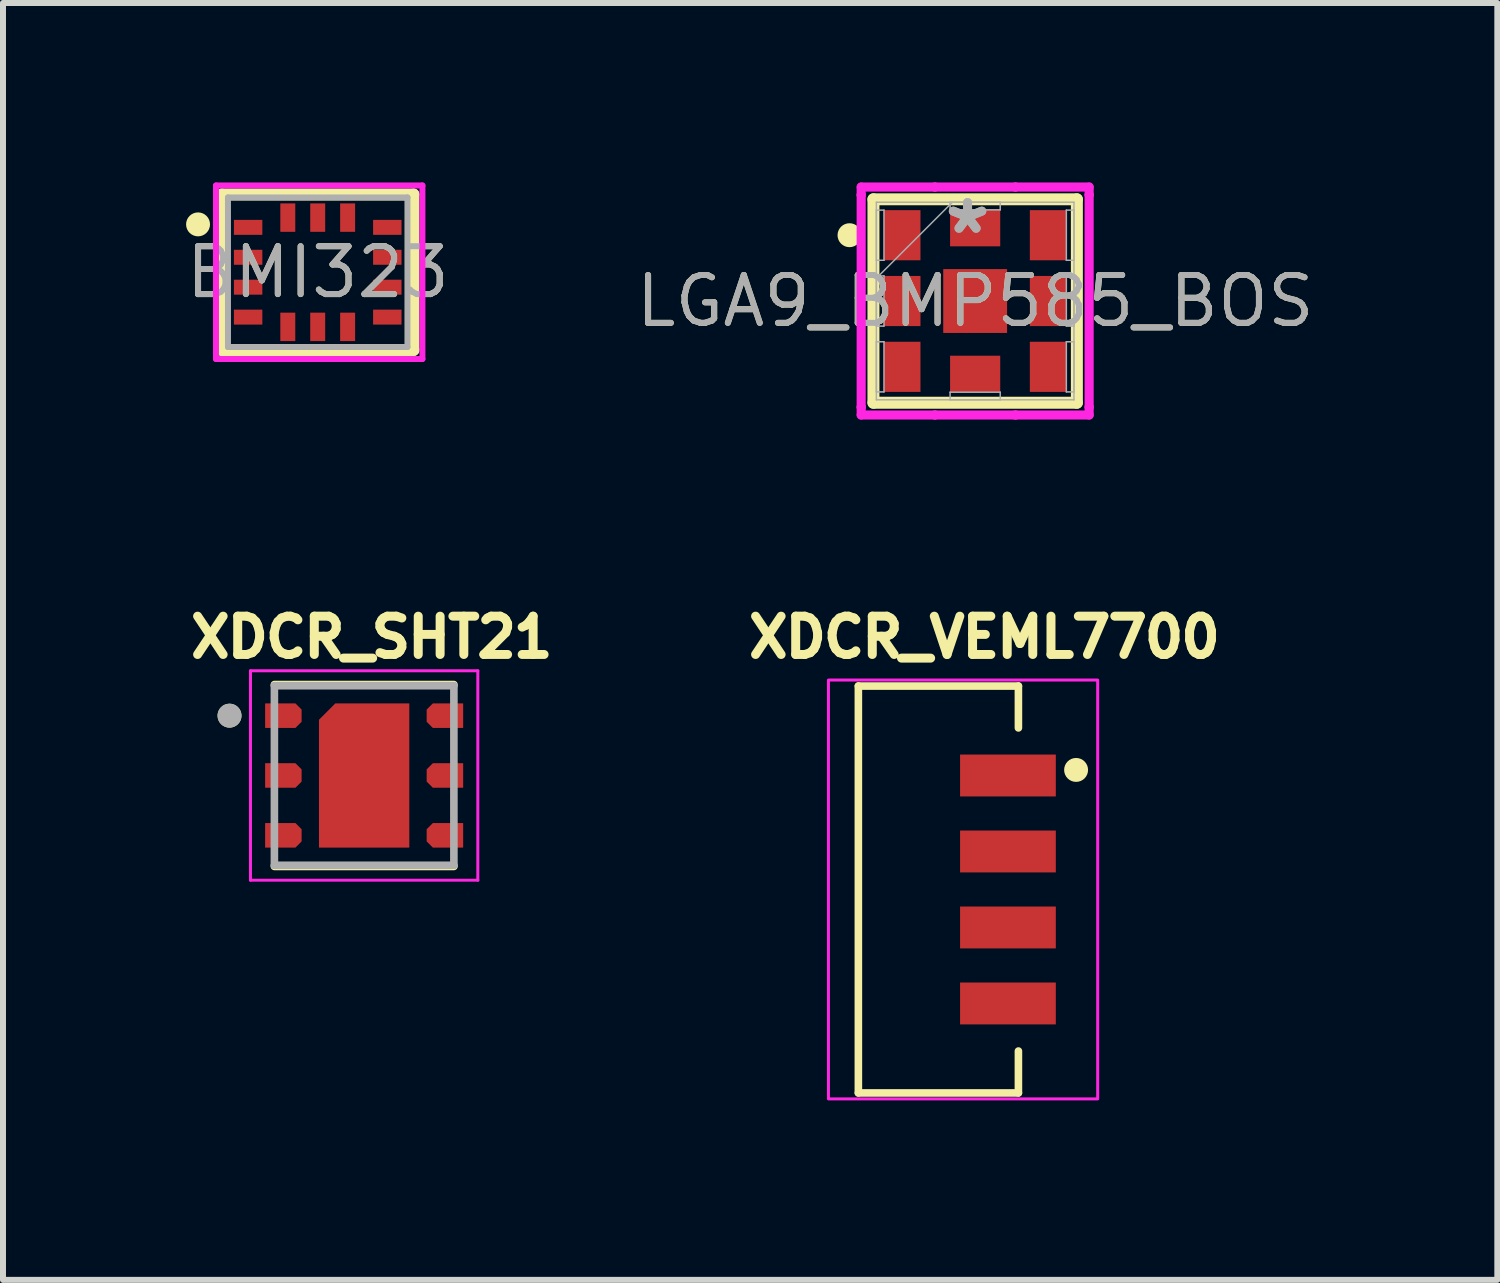
<source format=kicad_pcb>
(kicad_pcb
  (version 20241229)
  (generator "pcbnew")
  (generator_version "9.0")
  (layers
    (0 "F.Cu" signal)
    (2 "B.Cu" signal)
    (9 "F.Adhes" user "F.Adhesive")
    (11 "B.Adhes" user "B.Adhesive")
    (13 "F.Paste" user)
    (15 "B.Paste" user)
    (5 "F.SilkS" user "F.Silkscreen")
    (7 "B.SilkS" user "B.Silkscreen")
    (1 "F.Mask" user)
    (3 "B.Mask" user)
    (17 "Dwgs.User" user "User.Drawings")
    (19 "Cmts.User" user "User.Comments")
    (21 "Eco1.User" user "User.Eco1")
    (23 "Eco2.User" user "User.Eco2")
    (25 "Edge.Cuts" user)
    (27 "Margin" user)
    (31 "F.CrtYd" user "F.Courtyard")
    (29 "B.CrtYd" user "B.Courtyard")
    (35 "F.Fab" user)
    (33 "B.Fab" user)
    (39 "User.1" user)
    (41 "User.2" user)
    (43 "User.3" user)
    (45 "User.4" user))
  (footprint "XDCR_VEML7700"
    (layer "F.Cu")
    (at 12.796 11.816)
    (property "Reference" "XDCR_VEML7700" (at 0.607 -4.216 0) (layer "F.SilkS") (effects (font (size 0.64 0.64) (thickness 0.15))))
    (attr smd)
    (fp_line (start -1.5 -3.4) (end -1.5 3.4) (stroke (width 0.127) (type solid)) (layer "F.SilkS"))
    (fp_line (start -1.5 3.4) (end 1.175 3.4) (stroke (width 0.127) (type solid)) (layer "F.SilkS"))
    (fp_line (start 1.175 -3.4) (end -1.5 -3.4) (stroke (width 0.127) (type solid)) (layer "F.SilkS"))
    (fp_line (start 1.175 -3.4) (end 1.175 -2.7) (stroke (width 0.127) (type solid)) (layer "F.SilkS"))
    (fp_line (start 1.175 3.4) (end 1.175 2.7) (stroke (width 0.127) (type solid)) (layer "F.SilkS"))
    (fp_circle (center 2.139 -1.998) (end 2.239 -1.998) (stroke (width 0.2) (type solid)) (fill no) (layer "F.SilkS"))
    (fp_rect (start -2 -3.5) (end 2.5 3.5) (stroke (width 0.05) (type default)) (fill no) (layer "F.CrtYd"))
    (pad "1" smd rect (at 1 -1.905) (size 1.6 0.7) (layers "F.Cu" "F.Mask" "F.Paste"))
    (pad "2" smd rect (at 1 -0.635) (size 1.6 0.7) (layers "F.Cu" "F.Mask" "F.Paste"))
    (pad "3" smd rect (at 1 0.635) (size 1.6 0.7) (layers "F.Cu" "F.Mask" "F.Paste"))
    (pad "4" smd rect (at 1 1.905) (size 1.6 0.7) (layers "F.Cu" "F.Mask" "F.Paste")))
  (footprint "LGA9_BMP585_BOS"
    (layer "F.Cu")
    (at 13.248 1.981)
    (property "Reference" "LGA9_BMP585_BOS" (at 0 0 0) (unlocked yes) (layer "F.SilkS") (effects (font (size 0.8 0.8) (thickness 0.1))))
    (attr smd)
    (fp_line (start -1.7 -1.7) (end 1.7 -1.7) (stroke (width 0.2) (type default)) (layer "F.SilkS"))
    (fp_line (start -1.7 1.7) (end -1.7 -1.7) (stroke (width 0.2) (type default)) (layer "F.SilkS"))
    (fp_line (start -1.7 1.7) (end 1.7 1.7) (stroke (width 0.2) (type default)) (layer "F.SilkS"))
    (fp_line (start 1.7 1.7) (end 1.7 -1.7) (stroke (width 0.2) (type default)) (layer "F.SilkS"))
    (fp_circle (center -2.1 -1.1) (end -2.1 -1) (stroke (width 0.2) (type solid)) (fill no) (layer "F.SilkS"))
    (fp_line (start -1.905 -1.905) (end -0.673 -1.905) (stroke (width 0.152) (type solid)) (layer "F.CrtYd"))
    (fp_line (start -1.905 -1.773) (end -1.905 -1.905) (stroke (width 0.152) (type solid)) (layer "F.CrtYd"))
    (fp_line (start -1.905 -1.773) (end -1.905 -1.773) (stroke (width 0.152) (type solid)) (layer "F.CrtYd"))
    (fp_line (start -1.905 1.773) (end -1.905 -1.773) (stroke (width 0.152) (type solid)) (layer "F.CrtYd"))
    (fp_line (start -1.905 1.773) (end -1.905 1.773) (stroke (width 0.152) (type solid)) (layer "F.CrtYd"))
    (fp_line (start -1.905 1.905) (end -1.905 1.773) (stroke (width 0.152) (type solid)) (layer "F.CrtYd"))
    (fp_line (start -0.673 -1.905) (end -0.673 -1.905) (stroke (width 0.152) (type solid)) (layer "F.CrtYd"))
    (fp_line (start -0.673 -1.905) (end 0.673 -1.905) (stroke (width 0.152) (type solid)) (layer "F.CrtYd"))
    (fp_line (start -0.673 1.905) (end -1.905 1.905) (stroke (width 0.152) (type solid)) (layer "F.CrtYd"))
    (fp_line (start -0.673 1.905) (end -0.673 1.905) (stroke (width 0.152) (type solid)) (layer "F.CrtYd"))
    (fp_line (start 0.673 -1.905) (end 0.673 -1.905) (stroke (width 0.152) (type solid)) (layer "F.CrtYd"))
    (fp_line (start 0.673 -1.905) (end 1.905 -1.905) (stroke (width 0.152) (type solid)) (layer "F.CrtYd"))
    (fp_line (start 0.673 1.905) (end -0.673 1.905) (stroke (width 0.152) (type solid)) (layer "F.CrtYd"))
    (fp_line (start 0.673 1.905) (end 0.673 1.905) (stroke (width 0.152) (type solid)) (layer "F.CrtYd"))
    (fp_line (start 1.905 -1.905) (end 1.905 -1.773) (stroke (width 0.152) (type solid)) (layer "F.CrtYd"))
    (fp_line (start 1.905 -1.773) (end 1.905 -1.773) (stroke (width 0.152) (type solid)) (layer "F.CrtYd"))
    (fp_line (start 1.905 -1.773) (end 1.905 1.773) (stroke (width 0.152) (type solid)) (layer "F.CrtYd"))
    (fp_line (start 1.905 1.773) (end 1.905 1.773) (stroke (width 0.152) (type solid)) (layer "F.CrtYd"))
    (fp_line (start 1.905 1.773) (end 1.905 1.905) (stroke (width 0.152) (type solid)) (layer "F.CrtYd"))
    (fp_line (start 1.905 1.905) (end 0.673 1.905) (stroke (width 0.152) (type solid)) (layer "F.CrtYd"))
    (fp_line (start -1.651 -1.651) (end -1.651 1.651) (stroke (width 0.025) (type solid)) (layer "F.Fab"))
    (fp_line (start -1.651 -1.519) (end -1.524 -1.519) (stroke (width 0.025) (type solid)) (layer "F.Fab"))
    (fp_line (start -1.651 -0.681) (end -1.651 -1.519) (stroke (width 0.025) (type solid)) (layer "F.Fab"))
    (fp_line (start -1.651 -0.419) (end -1.524 -0.419) (stroke (width 0.025) (type solid)) (layer "F.Fab"))
    (fp_line (start -1.651 -0.381) (end -0.381 -1.651) (stroke (width 0.025) (type solid)) (layer "F.Fab"))
    (fp_line (start -1.651 0.419) (end -1.651 -0.419) (stroke (width 0.025) (type solid)) (layer "F.Fab"))
    (fp_line (start -1.651 0.681) (end -1.524 0.681) (stroke (width 0.025) (type solid)) (layer "F.Fab"))
    (fp_line (start -1.651 1.519) (end -1.651 0.681) (stroke (width 0.025) (type solid)) (layer "F.Fab"))
    (fp_line (start -1.651 1.651) (end 1.651 1.651) (stroke (width 0.025) (type solid)) (layer "F.Fab"))
    (fp_line (start -1.524 -1.519) (end -1.524 -0.681) (stroke (width 0.025) (type solid)) (layer "F.Fab"))
    (fp_line (start -1.524 -0.681) (end -1.651 -0.681) (stroke (width 0.025) (type solid)) (layer "F.Fab"))
    (fp_line (start -1.524 -0.419) (end -1.524 0.419) (stroke (width 0.025) (type solid)) (layer "F.Fab"))
    (fp_line (start -1.524 0.419) (end -1.651 0.419) (stroke (width 0.025) (type solid)) (layer "F.Fab"))
    (fp_line (start -1.524 0.681) (end -1.524 1.519) (stroke (width 0.025) (type solid)) (layer "F.Fab"))
    (fp_line (start -1.524 1.519) (end -1.651 1.519) (stroke (width 0.025) (type solid)) (layer "F.Fab"))
    (fp_line (start -0.419 -1.651) (end 0.419 -1.651) (stroke (width 0.025) (type solid)) (layer "F.Fab"))
    (fp_line (start -0.419 -1.524) (end -0.419 -1.651) (stroke (width 0.025) (type solid)) (layer "F.Fab"))
    (fp_line (start -0.419 1.524) (end 0.419 1.524) (stroke (width 0.025) (type solid)) (layer "F.Fab"))
    (fp_line (start -0.419 1.651) (end -0.419 1.524) (stroke (width 0.025) (type solid)) (layer "F.Fab"))
    (fp_line (start 0.419 -1.651) (end 0.419 -1.524) (stroke (width 0.025) (type solid)) (layer "F.Fab"))
    (fp_line (start 0.419 -1.524) (end -0.419 -1.524) (stroke (width 0.025) (type solid)) (layer "F.Fab"))
    (fp_line (start 0.419 1.524) (end 0.419 1.651) (stroke (width 0.025) (type solid)) (layer "F.Fab"))
    (fp_line (start 0.419 1.651) (end -0.419 1.651) (stroke (width 0.025) (type solid)) (layer "F.Fab"))
    (fp_line (start 1.524 -1.519) (end 1.651 -1.519) (stroke (width 0.025) (type solid)) (layer "F.Fab"))
    (fp_line (start 1.524 -0.681) (end 1.524 -1.519) (stroke (width 0.025) (type solid)) (layer "F.Fab"))
    (fp_line (start 1.524 -0.419) (end 1.651 -0.419) (stroke (width 0.025) (type solid)) (layer "F.Fab"))
    (fp_line (start 1.524 0.419) (end 1.524 -0.419) (stroke (width 0.025) (type solid)) (layer "F.Fab"))
    (fp_line (start 1.524 0.681) (end 1.651 0.681) (stroke (width 0.025) (type solid)) (layer "F.Fab"))
    (fp_line (start 1.524 1.519) (end 1.524 0.681) (stroke (width 0.025) (type solid)) (layer "F.Fab"))
    (fp_line (start 1.651 -1.651) (end -1.651 -1.651) (stroke (width 0.025) (type solid)) (layer "F.Fab"))
    (fp_line (start 1.651 -1.519) (end 1.651 -0.681) (stroke (width 0.025) (type solid)) (layer "F.Fab"))
    (fp_line (start 1.651 -0.681) (end 1.524 -0.681) (stroke (width 0.025) (type solid)) (layer "F.Fab"))
    (fp_line (start 1.651 -0.419) (end 1.651 0.419) (stroke (width 0.025) (type solid)) (layer "F.Fab"))
    (fp_line (start 1.651 0.419) (end 1.524 0.419) (stroke (width 0.025) (type solid)) (layer "F.Fab"))
    (fp_line (start 1.651 0.681) (end 1.651 1.519) (stroke (width 0.025) (type solid)) (layer "F.Fab"))
    (fp_line (start 1.651 1.519) (end 1.524 1.519) (stroke (width 0.025) (type solid)) (layer "F.Fab"))
    (fp_line (start 1.651 1.651) (end 1.651 -1.651) (stroke (width 0.025) (type solid)) (layer "F.Fab"))
    (fp_text user "*" (at -0.127 -1.1 0) (layer "F.Fab") (effects (font (size 1 1) (thickness 0.15))))
    (fp_text user "${REFERENCE}" (at 0 0 0) (unlocked yes) (layer "F.Fab") (effects (font (size 0.8 0.8) (thickness 0.1))))
    (fp_text user "*" (at -0.127 -1.1 0) (unlocked yes) (layer "F.Fab") (effects (font (size 1 1) (thickness 0.15))))
    (pad "1" smd rect (at -1.219 -1.1 90) (size 0.838 0.61) (layers "F.Cu" "F.Mask" "F.Paste"))
    (pad "2" smd rect (at -1.219 0 90) (size 0.838 0.61) (layers "F.Cu" "F.Mask" "F.Paste"))
    (pad "3" smd rect (at -1.219 1.1 90) (size 0.838 0.61) (layers "F.Cu" "F.Mask" "F.Paste"))
    (pad "4" smd rect (at 0 1.219) (size 0.838 0.61) (layers "F.Cu" "F.Mask" "F.Paste"))
    (pad "5" smd rect (at 1.219 1.1 90) (size 0.838 0.61) (layers "F.Cu" "F.Mask" "F.Paste"))
    (pad "6" smd rect (at 1.219 0 90) (size 0.838 0.61) (layers "F.Cu" "F.Mask" "F.Paste"))
    (pad "7" smd rect (at 1.219 -1.1 90) (size 0.838 0.61) (layers "F.Cu" "F.Mask" "F.Paste"))
    (pad "8" smd rect (at 0 -1.219) (size 0.838 0.61) (layers "F.Cu" "F.Mask" "F.Paste"))
    (pad "9" smd rect (at 0 0) (size 1.067 1.067) (layers "F.Cu" "F.Mask" "F.Paste")))
  (footprint "XDCR_SHT21"
    (layer "F.Cu")
    (at 3.036 9.911)
    (property "Reference" "XDCR_SHT21" (at 0.127 -2.311 0) (layer "F.SilkS") (effects (font (size 0.64 0.64) (thickness 0.15))))
    (attr smd)
    (fp_poly (pts (xy -0.85 1.3) (xy -0.85 -0.971) (xy -0.521 -1.3) (xy 0.85 -1.3) (xy 0.85 1.3)) (stroke (width 0.01) (type solid)) (fill yes) (layer "F.Mask"))
    (fp_poly (pts (xy -1.75 -1.3) (xy -1.109 -1.3) (xy -0.95 -1.141) (xy -0.95 -0.859) (xy -1.109 -0.7) (xy -1.75 -0.7)) (stroke (width 0.01) (type solid)) (fill yes) (layer "F.Mask"))
    (fp_poly (pts (xy -1.75 -0.3) (xy -1.109 -0.3) (xy -0.95 -0.141) (xy -0.95 0.141) (xy -1.109 0.3) (xy -1.75 0.3)) (stroke (width 0.01) (type solid)) (fill yes) (layer "F.Mask"))
    (fp_poly (pts (xy -1.75 0.7) (xy -1.109 0.7) (xy -0.95 0.859) (xy -0.95 1.141) (xy -1.109 1.3) (xy -1.75 1.3)) (stroke (width 0.01) (type solid)) (fill yes) (layer "F.Mask"))
    (fp_poly (pts (xy 1.75 -1.3) (xy 1.109 -1.3) (xy 0.95 -1.141) (xy 0.95 -0.859) (xy 1.109 -0.7) (xy 1.75 -0.7)) (stroke (width 0.01) (type solid)) (fill yes) (layer "F.Mask"))
    (fp_poly (pts (xy 1.75 -0.3) (xy 1.109 -0.3) (xy 0.95 -0.141) (xy 0.95 0.141) (xy 1.109 0.3) (xy 1.75 0.3)) (stroke (width 0.01) (type solid)) (fill yes) (layer "F.Mask"))
    (fp_poly (pts (xy 1.75 0.7) (xy 1.109 0.7) (xy 0.95 0.859) (xy 0.95 1.141) (xy 1.109 1.3) (xy 1.75 1.3)) (stroke (width 0.01) (type solid)) (fill yes) (layer "F.Mask"))
    (fp_line (start -1.5 -1.52) (end 1.5 -1.52) (stroke (width 0.127) (type solid)) (layer "F.SilkS"))
    (fp_line (start 1.5 1.52) (end -1.5 1.52) (stroke (width 0.127) (type solid)) (layer "F.SilkS"))
    (fp_circle (center -2.25 -1) (end -2.15 -1) (stroke (width 0.2) (type solid)) (fill no) (layer "F.SilkS"))
    (fp_poly (pts (xy -0.475 -0.76) (xy 0.475 -0.76) (xy 0.475 0.76) (xy -0.475 0.76)) (stroke (width 0.01) (type solid)) (fill yes) (layer "F.Paste"))
    (fp_poly (pts (xy -1.65 -1.2) (xy -1.15 -1.2) (xy -1.05 -1.1) (xy -1.05 -0.9) (xy -1.15 -0.8) (xy -1.65 -0.8)) (stroke (width 0.01) (type solid)) (fill yes) (layer "F.Paste"))
    (fp_poly (pts (xy -1.65 -0.2) (xy -1.15 -0.2) (xy -1.05 -0.1) (xy -1.05 0.1) (xy -1.15 0.2) (xy -1.65 0.2)) (stroke (width 0.01) (type solid)) (fill yes) (layer "F.Paste"))
    (fp_poly (pts (xy -1.65 0.8) (xy -1.15 0.8) (xy -1.05 0.9) (xy -1.05 1.1) (xy -1.15 1.2) (xy -1.65 1.2)) (stroke (width 0.01) (type solid)) (fill yes) (layer "F.Paste"))
    (fp_poly (pts (xy 1.65 -1.2) (xy 1.15 -1.2) (xy 1.05 -1.1) (xy 1.05 -0.9) (xy 1.15 -0.8) (xy 1.65 -0.8)) (stroke (width 0.01) (type solid)) (fill yes) (layer "F.Paste"))
    (fp_poly (pts (xy 1.65 -0.2) (xy 1.15 -0.2) (xy 1.05 -0.1) (xy 1.05 0.1) (xy 1.15 0.2) (xy 1.65 0.2)) (stroke (width 0.01) (type solid)) (fill yes) (layer "F.Paste"))
    (fp_poly (pts (xy 1.65 0.8) (xy 1.15 0.8) (xy 1.05 0.9) (xy 1.05 1.1) (xy 1.15 1.2) (xy 1.65 1.2)) (stroke (width 0.01) (type solid)) (fill yes) (layer "F.Paste"))
    (fp_line (start -1.9 -1.75) (end 1.9 -1.75) (stroke (width 0.05) (type solid)) (layer "F.CrtYd"))
    (fp_line (start -1.9 1.75) (end -1.9 -1.75) (stroke (width 0.05) (type solid)) (layer "F.CrtYd"))
    (fp_line (start 1.9 -1.75) (end 1.9 1.75) (stroke (width 0.05) (type solid)) (layer "F.CrtYd"))
    (fp_line (start 1.9 1.75) (end -1.9 1.75) (stroke (width 0.05) (type solid)) (layer "F.CrtYd"))
    (fp_line (start -1.5 -1.5) (end 1.5 -1.5) (stroke (width 0.127) (type solid)) (layer "F.Fab"))
    (fp_line (start -1.5 1.5) (end -1.5 -1.5) (stroke (width 0.127) (type solid)) (layer "F.Fab"))
    (fp_line (start 1.5 -1.5) (end 1.5 1.5) (stroke (width 0.127) (type solid)) (layer "F.Fab"))
    (fp_line (start 1.5 1.5) (end -1.5 1.5) (stroke (width 0.127) (type solid)) (layer "F.Fab"))
    (fp_circle (center -2.25 -1) (end -2.15 -1) (stroke (width 0.2) (type solid)) (fill no) (layer "F.Fab"))
    (pad "1" smd custom (at -1.35 -1) (size 0.3 0.2) (layers "F.Cu") (options (anchor rect)) (primitives (gr_poly (pts (xy -0.3 -0.2) (xy 0.2 -0.2) (xy 0.3 -0.1) (xy 0.3 0.1) (xy 0.2 0.2) (xy -0.3 0.2)) (width 0.01) (fill yes))))
    (pad "2" smd custom (at -1.35 0) (size 0.3 0.2) (layers "F.Cu") (options (anchor rect)) (primitives (gr_poly (pts (xy -0.3 -0.2) (xy 0.2 -0.2) (xy 0.3 -0.1) (xy 0.3 0.1) (xy 0.2 0.2) (xy -0.3 0.2)) (width 0.01) (fill yes))))
    (pad "3" smd custom (at -1.35 1) (size 0.3 0.2) (layers "F.Cu") (options (anchor rect)) (primitives (gr_poly (pts (xy -0.3 -0.2) (xy 0.2 -0.2) (xy 0.3 -0.1) (xy 0.3 0.1) (xy 0.2 0.2) (xy -0.3 0.2)) (width 0.01) (fill yes))))
    (pad "4" smd custom (at 1.35 1) (size 0.3 0.2) (layers "F.Cu") (options (anchor rect)) (primitives (gr_poly (pts (xy 0.3 -0.2) (xy -0.2 -0.2) (xy -0.3 -0.1) (xy -0.3 0.1) (xy -0.2 0.2) (xy 0.3 0.2)) (width 0.01) (fill yes))))
    (pad "5" smd custom (at 1.35 0) (size 0.3 0.2) (layers "F.Cu") (options (anchor rect)) (primitives (gr_poly (pts (xy 0.3 -0.2) (xy -0.2 -0.2) (xy -0.3 -0.1) (xy -0.3 0.1) (xy -0.2 0.2) (xy 0.3 0.2)) (width 0.01) (fill yes))))
    (pad "6" smd custom (at 1.35 -1) (size 0.3 0.2) (layers "F.Cu") (options (anchor rect)) (primitives (gr_poly (pts (xy 0.3 -0.2) (xy -0.2 -0.2) (xy -0.3 -0.1) (xy -0.3 0.1) (xy -0.2 0.2) (xy 0.3 0.2)) (width 0.01) (fill yes))))
    (pad "7" smd custom (at 0 0) (size 0.5 1) (layers "F.Cu") (options (anchor rect)) (primitives (gr_poly (pts (xy -0.75 1.2) (xy -0.75 -0.93) (xy -0.48 -1.2) (xy 0.75 -1.2) (xy 0.75 1.2)) (width 0.01) (fill yes)))))
  (footprint "BMI323"
    (layer "F.Cu")
    (at 2.26 1.5)
    (property "Reference" "BMI323" (at 0 0 0) (layer "F.SilkS") (effects (font (size 0.8 0.8) (thickness 0.1))))
    (attr smd)
    (fp_line (start -1.6 -1.3) (end 1.6 -1.3) (stroke (width 0.2) (type solid)) (layer "F.SilkS"))
    (fp_line (start -1.6 1.3) (end -1.6 -1.3) (stroke (width 0.2) (type solid)) (layer "F.SilkS"))
    (fp_line (start 1.6 -1.3) (end 1.6 1.3) (stroke (width 0.2) (type solid)) (layer "F.SilkS"))
    (fp_line (start 1.6 1.3) (end -1.6 1.3) (stroke (width 0.2) (type solid)) (layer "F.SilkS"))
    (fp_circle (center -2 -0.8) (end -2 -0.7) (stroke (width 0.2) (type solid)) (fill no) (layer "F.SilkS"))
    (fp_line (start -1.7 -1.45) (end 1.75 -1.45) (stroke (width 0.1) (type solid)) (layer "F.CrtYd"))
    (fp_line (start -1.7 1.45) (end -1.7 -1.45) (stroke (width 0.1) (type solid)) (layer "F.CrtYd"))
    (fp_line (start 1.75 -1.45) (end 1.75 1.45) (stroke (width 0.1) (type solid)) (layer "F.CrtYd"))
    (fp_line (start 1.75 1.45) (end -1.7 1.45) (stroke (width 0.1) (type solid)) (layer "F.CrtYd"))
    (fp_line (start -1.5 -1.25) (end 1.5 -1.25) (stroke (width 0.1) (type solid)) (layer "F.Fab"))
    (fp_line (start -1.5 1.25) (end -1.5 -1.25) (stroke (width 0.1) (type solid)) (layer "F.Fab"))
    (fp_line (start 1.5 -1.25) (end 1.5 1.25) (stroke (width 0.1) (type solid)) (layer "F.Fab"))
    (fp_line (start 1.5 1.25) (end -1.5 1.25) (stroke (width 0.1) (type solid)) (layer "F.Fab"))
    (fp_text user "${REFERENCE}" (at 0 0 0) (layer "F.Fab") (effects (font (size 0.8 0.8) (thickness 0.1))))
    (pad "1" smd rect (at -1.163 -0.75 90) (size 0.25 0.475) (layers "F.Cu" "F.Mask" "F.Paste"))
    (pad "2" smd rect (at -1.163 -0.25 90) (size 0.25 0.475) (layers "F.Cu" "F.Mask" "F.Paste"))
    (pad "3" smd rect (at -1.163 0.25 90) (size 0.25 0.475) (layers "F.Cu" "F.Mask" "F.Paste"))
    (pad "4" smd rect (at -1.163 0.75 90) (size 0.25 0.475) (layers "F.Cu" "F.Mask" "F.Paste"))
    (pad "5" smd rect (at -0.5 0.913) (size 0.25 0.475) (layers "F.Cu" "F.Mask" "F.Paste"))
    (pad "6" smd rect (at 0 0.913) (size 0.25 0.475) (layers "F.Cu" "F.Mask" "F.Paste"))
    (pad "7" smd rect (at 0.5 0.913) (size 0.25 0.475) (layers "F.Cu" "F.Mask" "F.Paste"))
    (pad "8" smd rect (at 1.163 0.75 90) (size 0.25 0.475) (layers "F.Cu" "F.Mask" "F.Paste"))
    (pad "9" smd rect (at 1.163 0.25 90) (size 0.25 0.475) (layers "F.Cu" "F.Mask" "F.Paste"))
    (pad "10" smd rect (at 1.163 -0.25 90) (size 0.25 0.475) (layers "F.Cu" "F.Mask" "F.Paste"))
    (pad "11" smd rect (at 1.163 -0.75 90) (size 0.25 0.475) (layers "F.Cu" "F.Mask" "F.Paste"))
    (pad "12" smd rect (at 0.5 -0.913) (size 0.25 0.475) (layers "F.Cu" "F.Mask" "F.Paste"))
    (pad "13" smd rect (at 0 -0.913) (size 0.25 0.475) (layers "F.Cu" "F.Mask" "F.Paste"))
    (pad "14" smd rect (at -0.5 -0.913) (size 0.25 0.475) (layers "F.Cu" "F.Mask" "F.Paste")))
  (gr_rect
    (start -3 -3)
    (end 21.975 18.341)
    (stroke (width 0.1) (type default))
    (fill no)
    (layer "Edge.Cuts")))
</source>
